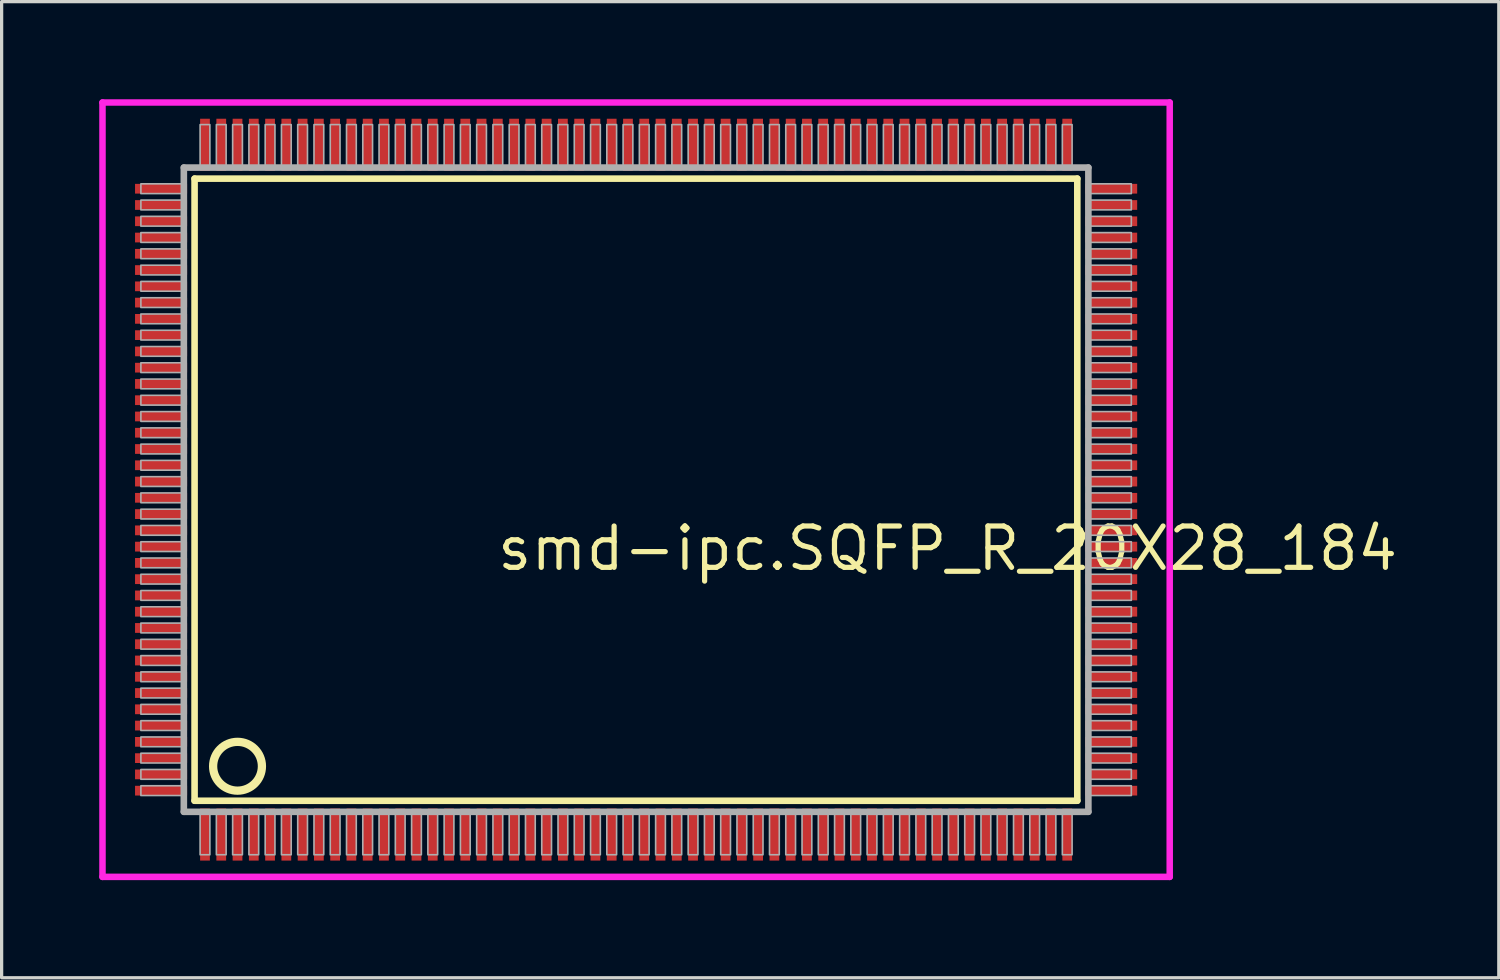
<source format=kicad_pcb>
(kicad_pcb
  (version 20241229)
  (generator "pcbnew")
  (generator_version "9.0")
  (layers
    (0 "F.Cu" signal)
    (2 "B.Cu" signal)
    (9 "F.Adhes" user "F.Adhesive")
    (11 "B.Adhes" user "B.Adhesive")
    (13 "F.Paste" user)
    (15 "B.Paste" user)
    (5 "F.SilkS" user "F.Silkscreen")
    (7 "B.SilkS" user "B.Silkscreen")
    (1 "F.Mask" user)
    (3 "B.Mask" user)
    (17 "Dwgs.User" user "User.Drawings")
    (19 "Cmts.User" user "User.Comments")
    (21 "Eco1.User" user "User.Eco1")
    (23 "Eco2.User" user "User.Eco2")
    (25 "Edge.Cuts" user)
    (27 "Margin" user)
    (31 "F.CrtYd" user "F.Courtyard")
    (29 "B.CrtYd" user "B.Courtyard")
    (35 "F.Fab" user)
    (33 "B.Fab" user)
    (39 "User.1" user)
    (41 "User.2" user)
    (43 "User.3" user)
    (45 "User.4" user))
  (footprint "smd-ipc.SQFP_R_20X28_184"
    (layer "F.Cu")
    (at 16.5 12)
    (property "Reference" "smd-ipc.SQFP_R_20X28_184" (at -4.35 2.55 0) (layer "F.SilkS") (effects (font (size 1.27 1.27) (thickness 0.16)) (justify left bottom)))
    (attr smd)
    (fp_line (start -13.57 -9.56) (end 13.56 -9.56) (stroke (width 0.203) (type default)) (layer "F.SilkS"))
    (fp_line (start -13.57 9.56) (end -13.57 -9.56) (stroke (width 0.203) (type default)) (layer "F.SilkS"))
    (fp_line (start 13.56 -9.56) (end 13.56 9.56) (stroke (width 0.203) (type default)) (layer "F.SilkS"))
    (fp_line (start 13.56 9.56) (end -13.57 9.56) (stroke (width 0.203) (type default)) (layer "F.SilkS"))
    (fp_circle (center -12.25 8.5) (end -11.5 8.5) (stroke (width 0.254) (type default)) (fill no) (layer "F.SilkS"))
    (fp_line (start -16.4 -11.9) (end 16.4 -11.9) (stroke (width 0.2) (type default)) (layer "F.CrtYd"))
    (fp_line (start -16.4 11.9) (end -16.4 -11.9) (stroke (width 0.2) (type default)) (layer "F.CrtYd"))
    (fp_line (start 16.4 -11.9) (end 16.4 11.9) (stroke (width 0.2) (type default)) (layer "F.CrtYd"))
    (fp_line (start 16.4 11.9) (end -16.4 11.9) (stroke (width 0.2) (type default)) (layer "F.CrtYd"))
    (fp_line (start -13.9 -9.9) (end -13.9 9.9) (stroke (width 0.203) (type default)) (layer "F.Fab"))
    (fp_line (start -13.9 9.9) (end 13.9 9.9) (stroke (width 0.203) (type default)) (layer "F.Fab"))
    (fp_line (start 13.9 -9.9) (end -13.9 -9.9) (stroke (width 0.203) (type default)) (layer "F.Fab"))
    (fp_line (start 13.9 9.9) (end 13.9 -9.9) (stroke (width 0.203) (type default)) (layer "F.Fab"))
    (fp_rect (start -15.22 -9.1) (end -13.95 -9.4) (stroke (width 0.05) (type default)) (fill no) (layer "F.Fab"))
    (fp_rect (start -15.22 -8.6) (end -13.95 -8.9) (stroke (width 0.05) (type default)) (fill no) (layer "F.Fab"))
    (fp_rect (start -15.22 -8.1) (end -13.95 -8.4) (stroke (width 0.05) (type default)) (fill no) (layer "F.Fab"))
    (fp_rect (start -15.22 -7.6) (end -13.95 -7.9) (stroke (width 0.05) (type default)) (fill no) (layer "F.Fab"))
    (fp_rect (start -15.22 -7.1) (end -13.95 -7.4) (stroke (width 0.05) (type default)) (fill no) (layer "F.Fab"))
    (fp_rect (start -15.22 -6.6) (end -13.95 -6.9) (stroke (width 0.05) (type default)) (fill no) (layer "F.Fab"))
    (fp_rect (start -15.22 -6.1) (end -13.95 -6.4) (stroke (width 0.05) (type default)) (fill no) (layer "F.Fab"))
    (fp_rect (start -15.22 -5.6) (end -13.95 -5.9) (stroke (width 0.05) (type default)) (fill no) (layer "F.Fab"))
    (fp_rect (start -15.22 -5.1) (end -13.95 -5.4) (stroke (width 0.05) (type default)) (fill no) (layer "F.Fab"))
    (fp_rect (start -15.22 -4.6) (end -13.95 -4.9) (stroke (width 0.05) (type default)) (fill no) (layer "F.Fab"))
    (fp_rect (start -15.22 -4.1) (end -13.95 -4.4) (stroke (width 0.05) (type default)) (fill no) (layer "F.Fab"))
    (fp_rect (start -15.22 -3.6) (end -13.95 -3.9) (stroke (width 0.05) (type default)) (fill no) (layer "F.Fab"))
    (fp_rect (start -15.22 -3.1) (end -13.95 -3.4) (stroke (width 0.05) (type default)) (fill no) (layer "F.Fab"))
    (fp_rect (start -15.22 -2.6) (end -13.95 -2.9) (stroke (width 0.05) (type default)) (fill no) (layer "F.Fab"))
    (fp_rect (start -15.22 -2.1) (end -13.95 -2.4) (stroke (width 0.05) (type default)) (fill no) (layer "F.Fab"))
    (fp_rect (start -15.22 -1.6) (end -13.95 -1.9) (stroke (width 0.05) (type default)) (fill no) (layer "F.Fab"))
    (fp_rect (start -15.22 -1.1) (end -13.95 -1.4) (stroke (width 0.05) (type default)) (fill no) (layer "F.Fab"))
    (fp_rect (start -15.22 -0.6) (end -13.95 -0.9) (stroke (width 0.05) (type default)) (fill no) (layer "F.Fab"))
    (fp_rect (start -15.22 -0.1) (end -13.95 -0.4) (stroke (width 0.05) (type default)) (fill no) (layer "F.Fab"))
    (fp_rect (start -15.22 0.4) (end -13.95 0.1) (stroke (width 0.05) (type default)) (fill no) (layer "F.Fab"))
    (fp_rect (start -15.22 0.9) (end -13.95 0.6) (stroke (width 0.05) (type default)) (fill no) (layer "F.Fab"))
    (fp_rect (start -15.22 1.4) (end -13.95 1.1) (stroke (width 0.05) (type default)) (fill no) (layer "F.Fab"))
    (fp_rect (start -15.22 1.9) (end -13.95 1.6) (stroke (width 0.05) (type default)) (fill no) (layer "F.Fab"))
    (fp_rect (start -15.22 2.4) (end -13.95 2.1) (stroke (width 0.05) (type default)) (fill no) (layer "F.Fab"))
    (fp_rect (start -15.22 2.9) (end -13.95 2.6) (stroke (width 0.05) (type default)) (fill no) (layer "F.Fab"))
    (fp_rect (start -15.22 3.4) (end -13.95 3.1) (stroke (width 0.05) (type default)) (fill no) (layer "F.Fab"))
    (fp_rect (start -15.22 3.9) (end -13.95 3.6) (stroke (width 0.05) (type default)) (fill no) (layer "F.Fab"))
    (fp_rect (start -15.22 4.4) (end -13.95 4.1) (stroke (width 0.05) (type default)) (fill no) (layer "F.Fab"))
    (fp_rect (start -15.22 4.9) (end -13.95 4.6) (stroke (width 0.05) (type default)) (fill no) (layer "F.Fab"))
    (fp_rect (start -15.22 5.4) (end -13.95 5.1) (stroke (width 0.05) (type default)) (fill no) (layer "F.Fab"))
    (fp_rect (start -15.22 5.9) (end -13.95 5.6) (stroke (width 0.05) (type default)) (fill no) (layer "F.Fab"))
    (fp_rect (start -15.22 6.4) (end -13.95 6.1) (stroke (width 0.05) (type default)) (fill no) (layer "F.Fab"))
    (fp_rect (start -15.22 6.9) (end -13.95 6.6) (stroke (width 0.05) (type default)) (fill no) (layer "F.Fab"))
    (fp_rect (start -15.22 7.4) (end -13.95 7.1) (stroke (width 0.05) (type default)) (fill no) (layer "F.Fab"))
    (fp_rect (start -15.22 7.9) (end -13.95 7.6) (stroke (width 0.05) (type default)) (fill no) (layer "F.Fab"))
    (fp_rect (start -15.22 8.4) (end -13.95 8.1) (stroke (width 0.05) (type default)) (fill no) (layer "F.Fab"))
    (fp_rect (start -15.22 8.9) (end -13.95 8.6) (stroke (width 0.05) (type default)) (fill no) (layer "F.Fab"))
    (fp_rect (start -15.22 9.4) (end -13.95 9.1) (stroke (width 0.05) (type default)) (fill no) (layer "F.Fab"))
    (fp_rect (start -13.4 -9.95) (end -13.1 -11.22) (stroke (width 0.05) (type default)) (fill no) (layer "F.Fab"))
    (fp_rect (start -13.4 11.22) (end -13.1 9.95) (stroke (width 0.05) (type default)) (fill no) (layer "F.Fab"))
    (fp_rect (start -12.9 -9.95) (end -12.6 -11.22) (stroke (width 0.05) (type default)) (fill no) (layer "F.Fab"))
    (fp_rect (start -12.9 11.22) (end -12.6 9.95) (stroke (width 0.05) (type default)) (fill no) (layer "F.Fab"))
    (fp_rect (start -12.4 -9.95) (end -12.1 -11.22) (stroke (width 0.05) (type default)) (fill no) (layer "F.Fab"))
    (fp_rect (start -12.4 11.22) (end -12.1 9.95) (stroke (width 0.05) (type default)) (fill no) (layer "F.Fab"))
    (fp_rect (start -11.9 -9.95) (end -11.6 -11.22) (stroke (width 0.05) (type default)) (fill no) (layer "F.Fab"))
    (fp_rect (start -11.9 11.22) (end -11.6 9.95) (stroke (width 0.05) (type default)) (fill no) (layer "F.Fab"))
    (fp_rect (start -11.4 -9.95) (end -11.1 -11.22) (stroke (width 0.05) (type default)) (fill no) (layer "F.Fab"))
    (fp_rect (start -11.4 11.22) (end -11.1 9.95) (stroke (width 0.05) (type default)) (fill no) (layer "F.Fab"))
    (fp_rect (start -10.9 -9.95) (end -10.6 -11.22) (stroke (width 0.05) (type default)) (fill no) (layer "F.Fab"))
    (fp_rect (start -10.9 11.22) (end -10.6 9.95) (stroke (width 0.05) (type default)) (fill no) (layer "F.Fab"))
    (fp_rect (start -10.4 -9.95) (end -10.1 -11.22) (stroke (width 0.05) (type default)) (fill no) (layer "F.Fab"))
    (fp_rect (start -10.4 11.22) (end -10.1 9.95) (stroke (width 0.05) (type default)) (fill no) (layer "F.Fab"))
    (fp_rect (start -9.9 -9.95) (end -9.6 -11.22) (stroke (width 0.05) (type default)) (fill no) (layer "F.Fab"))
    (fp_rect (start -9.9 11.22) (end -9.6 9.95) (stroke (width 0.05) (type default)) (fill no) (layer "F.Fab"))
    (fp_rect (start -9.4 -9.95) (end -9.1 -11.22) (stroke (width 0.05) (type default)) (fill no) (layer "F.Fab"))
    (fp_rect (start -9.4 11.22) (end -9.1 9.95) (stroke (width 0.05) (type default)) (fill no) (layer "F.Fab"))
    (fp_rect (start -8.9 -9.95) (end -8.6 -11.22) (stroke (width 0.05) (type default)) (fill no) (layer "F.Fab"))
    (fp_rect (start -8.9 11.22) (end -8.6 9.95) (stroke (width 0.05) (type default)) (fill no) (layer "F.Fab"))
    (fp_rect (start -8.4 -9.95) (end -8.1 -11.22) (stroke (width 0.05) (type default)) (fill no) (layer "F.Fab"))
    (fp_rect (start -8.4 11.22) (end -8.1 9.95) (stroke (width 0.05) (type default)) (fill no) (layer "F.Fab"))
    (fp_rect (start -7.9 -9.95) (end -7.6 -11.22) (stroke (width 0.05) (type default)) (fill no) (layer "F.Fab"))
    (fp_rect (start -7.9 11.22) (end -7.6 9.95) (stroke (width 0.05) (type default)) (fill no) (layer "F.Fab"))
    (fp_rect (start -7.4 -9.95) (end -7.1 -11.22) (stroke (width 0.05) (type default)) (fill no) (layer "F.Fab"))
    (fp_rect (start -7.4 11.22) (end -7.1 9.95) (stroke (width 0.05) (type default)) (fill no) (layer "F.Fab"))
    (fp_rect (start -6.9 -9.95) (end -6.6 -11.22) (stroke (width 0.05) (type default)) (fill no) (layer "F.Fab"))
    (fp_rect (start -6.9 11.22) (end -6.6 9.95) (stroke (width 0.05) (type default)) (fill no) (layer "F.Fab"))
    (fp_rect (start -6.4 -9.95) (end -6.1 -11.22) (stroke (width 0.05) (type default)) (fill no) (layer "F.Fab"))
    (fp_rect (start -6.4 11.22) (end -6.1 9.95) (stroke (width 0.05) (type default)) (fill no) (layer "F.Fab"))
    (fp_rect (start -5.9 -9.95) (end -5.6 -11.22) (stroke (width 0.05) (type default)) (fill no) (layer "F.Fab"))
    (fp_rect (start -5.9 11.22) (end -5.6 9.95) (stroke (width 0.05) (type default)) (fill no) (layer "F.Fab"))
    (fp_rect (start -5.4 -9.95) (end -5.1 -11.22) (stroke (width 0.05) (type default)) (fill no) (layer "F.Fab"))
    (fp_rect (start -5.4 11.22) (end -5.1 9.95) (stroke (width 0.05) (type default)) (fill no) (layer "F.Fab"))
    (fp_rect (start -4.9 -9.95) (end -4.6 -11.22) (stroke (width 0.05) (type default)) (fill no) (layer "F.Fab"))
    (fp_rect (start -4.9 11.22) (end -4.6 9.95) (stroke (width 0.05) (type default)) (fill no) (layer "F.Fab"))
    (fp_rect (start -4.4 -9.95) (end -4.1 -11.22) (stroke (width 0.05) (type default)) (fill no) (layer "F.Fab"))
    (fp_rect (start -4.4 11.22) (end -4.1 9.95) (stroke (width 0.05) (type default)) (fill no) (layer "F.Fab"))
    (fp_rect (start -3.9 -9.95) (end -3.6 -11.22) (stroke (width 0.05) (type default)) (fill no) (layer "F.Fab"))
    (fp_rect (start -3.9 11.22) (end -3.6 9.95) (stroke (width 0.05) (type default)) (fill no) (layer "F.Fab"))
    (fp_rect (start -3.4 -9.95) (end -3.1 -11.22) (stroke (width 0.05) (type default)) (fill no) (layer "F.Fab"))
    (fp_rect (start -3.4 11.22) (end -3.1 9.95) (stroke (width 0.05) (type default)) (fill no) (layer "F.Fab"))
    (fp_rect (start -2.9 -9.95) (end -2.6 -11.22) (stroke (width 0.05) (type default)) (fill no) (layer "F.Fab"))
    (fp_rect (start -2.9 11.22) (end -2.6 9.95) (stroke (width 0.05) (type default)) (fill no) (layer "F.Fab"))
    (fp_rect (start -2.4 -9.95) (end -2.1 -11.22) (stroke (width 0.05) (type default)) (fill no) (layer "F.Fab"))
    (fp_rect (start -2.4 11.22) (end -2.1 9.95) (stroke (width 0.05) (type default)) (fill no) (layer "F.Fab"))
    (fp_rect (start -1.9 -9.95) (end -1.6 -11.22) (stroke (width 0.05) (type default)) (fill no) (layer "F.Fab"))
    (fp_rect (start -1.9 11.22) (end -1.6 9.95) (stroke (width 0.05) (type default)) (fill no) (layer "F.Fab"))
    (fp_rect (start -1.4 -9.95) (end -1.1 -11.22) (stroke (width 0.05) (type default)) (fill no) (layer "F.Fab"))
    (fp_rect (start -1.4 11.22) (end -1.1 9.95) (stroke (width 0.05) (type default)) (fill no) (layer "F.Fab"))
    (fp_rect (start -0.9 -9.95) (end -0.6 -11.22) (stroke (width 0.05) (type default)) (fill no) (layer "F.Fab"))
    (fp_rect (start -0.9 11.22) (end -0.6 9.95) (stroke (width 0.05) (type default)) (fill no) (layer "F.Fab"))
    (fp_rect (start -0.4 -9.95) (end -0.1 -11.22) (stroke (width 0.05) (type default)) (fill no) (layer "F.Fab"))
    (fp_rect (start -0.4 11.22) (end -0.1 9.95) (stroke (width 0.05) (type default)) (fill no) (layer "F.Fab"))
    (fp_rect (start 0.1 -9.95) (end 0.4 -11.22) (stroke (width 0.05) (type default)) (fill no) (layer "F.Fab"))
    (fp_rect (start 0.1 11.22) (end 0.4 9.95) (stroke (width 0.05) (type default)) (fill no) (layer "F.Fab"))
    (fp_rect (start 0.6 -9.95) (end 0.9 -11.22) (stroke (width 0.05) (type default)) (fill no) (layer "F.Fab"))
    (fp_rect (start 0.6 11.22) (end 0.9 9.95) (stroke (width 0.05) (type default)) (fill no) (layer "F.Fab"))
    (fp_rect (start 1.1 -9.95) (end 1.4 -11.22) (stroke (width 0.05) (type default)) (fill no) (layer "F.Fab"))
    (fp_rect (start 1.1 11.22) (end 1.4 9.95) (stroke (width 0.05) (type default)) (fill no) (layer "F.Fab"))
    (fp_rect (start 1.6 -9.95) (end 1.9 -11.22) (stroke (width 0.05) (type default)) (fill no) (layer "F.Fab"))
    (fp_rect (start 1.6 11.22) (end 1.9 9.95) (stroke (width 0.05) (type default)) (fill no) (layer "F.Fab"))
    (fp_rect (start 2.1 -9.95) (end 2.4 -11.22) (stroke (width 0.05) (type default)) (fill no) (layer "F.Fab"))
    (fp_rect (start 2.1 11.22) (end 2.4 9.95) (stroke (width 0.05) (type default)) (fill no) (layer "F.Fab"))
    (fp_rect (start 2.6 -9.95) (end 2.9 -11.22) (stroke (width 0.05) (type default)) (fill no) (layer "F.Fab"))
    (fp_rect (start 2.6 11.22) (end 2.9 9.95) (stroke (width 0.05) (type default)) (fill no) (layer "F.Fab"))
    (fp_rect (start 3.1 -9.95) (end 3.4 -11.22) (stroke (width 0.05) (type default)) (fill no) (layer "F.Fab"))
    (fp_rect (start 3.1 11.22) (end 3.4 9.95) (stroke (width 0.05) (type default)) (fill no) (layer "F.Fab"))
    (fp_rect (start 3.6 -9.95) (end 3.9 -11.22) (stroke (width 0.05) (type default)) (fill no) (layer "F.Fab"))
    (fp_rect (start 3.6 11.22) (end 3.9 9.95) (stroke (width 0.05) (type default)) (fill no) (layer "F.Fab"))
    (fp_rect (start 4.1 -9.95) (end 4.4 -11.22) (stroke (width 0.05) (type default)) (fill no) (layer "F.Fab"))
    (fp_rect (start 4.1 11.22) (end 4.4 9.95) (stroke (width 0.05) (type default)) (fill no) (layer "F.Fab"))
    (fp_rect (start 4.6 -9.95) (end 4.9 -11.22) (stroke (width 0.05) (type default)) (fill no) (layer "F.Fab"))
    (fp_rect (start 4.6 11.22) (end 4.9 9.95) (stroke (width 0.05) (type default)) (fill no) (layer "F.Fab"))
    (fp_rect (start 5.1 -9.95) (end 5.4 -11.22) (stroke (width 0.05) (type default)) (fill no) (layer "F.Fab"))
    (fp_rect (start 5.1 11.22) (end 5.4 9.95) (stroke (width 0.05) (type default)) (fill no) (layer "F.Fab"))
    (fp_rect (start 5.6 -9.95) (end 5.9 -11.22) (stroke (width 0.05) (type default)) (fill no) (layer "F.Fab"))
    (fp_rect (start 5.6 11.22) (end 5.9 9.95) (stroke (width 0.05) (type default)) (fill no) (layer "F.Fab"))
    (fp_rect (start 6.1 -9.95) (end 6.4 -11.22) (stroke (width 0.05) (type default)) (fill no) (layer "F.Fab"))
    (fp_rect (start 6.1 11.22) (end 6.4 9.95) (stroke (width 0.05) (type default)) (fill no) (layer "F.Fab"))
    (fp_rect (start 6.6 -9.95) (end 6.9 -11.22) (stroke (width 0.05) (type default)) (fill no) (layer "F.Fab"))
    (fp_rect (start 6.6 11.22) (end 6.9 9.95) (stroke (width 0.05) (type default)) (fill no) (layer "F.Fab"))
    (fp_rect (start 7.1 -9.95) (end 7.4 -11.22) (stroke (width 0.05) (type default)) (fill no) (layer "F.Fab"))
    (fp_rect (start 7.1 11.22) (end 7.4 9.95) (stroke (width 0.05) (type default)) (fill no) (layer "F.Fab"))
    (fp_rect (start 7.6 -9.95) (end 7.9 -11.22) (stroke (width 0.05) (type default)) (fill no) (layer "F.Fab"))
    (fp_rect (start 7.6 11.22) (end 7.9 9.95) (stroke (width 0.05) (type default)) (fill no) (layer "F.Fab"))
    (fp_rect (start 8.1 -9.95) (end 8.4 -11.22) (stroke (width 0.05) (type default)) (fill no) (layer "F.Fab"))
    (fp_rect (start 8.1 11.22) (end 8.4 9.95) (stroke (width 0.05) (type default)) (fill no) (layer "F.Fab"))
    (fp_rect (start 8.6 -9.95) (end 8.9 -11.22) (stroke (width 0.05) (type default)) (fill no) (layer "F.Fab"))
    (fp_rect (start 8.6 11.22) (end 8.9 9.95) (stroke (width 0.05) (type default)) (fill no) (layer "F.Fab"))
    (fp_rect (start 9.1 -9.95) (end 9.4 -11.22) (stroke (width 0.05) (type default)) (fill no) (layer "F.Fab"))
    (fp_rect (start 9.1 11.22) (end 9.4 9.95) (stroke (width 0.05) (type default)) (fill no) (layer "F.Fab"))
    (fp_rect (start 9.6 -9.95) (end 9.9 -11.22) (stroke (width 0.05) (type default)) (fill no) (layer "F.Fab"))
    (fp_rect (start 9.6 11.22) (end 9.9 9.95) (stroke (width 0.05) (type default)) (fill no) (layer "F.Fab"))
    (fp_rect (start 10.1 -9.95) (end 10.4 -11.22) (stroke (width 0.05) (type default)) (fill no) (layer "F.Fab"))
    (fp_rect (start 10.1 11.22) (end 10.4 9.95) (stroke (width 0.05) (type default)) (fill no) (layer "F.Fab"))
    (fp_rect (start 10.6 -9.95) (end 10.9 -11.22) (stroke (width 0.05) (type default)) (fill no) (layer "F.Fab"))
    (fp_rect (start 10.6 11.22) (end 10.9 9.95) (stroke (width 0.05) (type default)) (fill no) (layer "F.Fab"))
    (fp_rect (start 11.1 -9.95) (end 11.4 -11.22) (stroke (width 0.05) (type default)) (fill no) (layer "F.Fab"))
    (fp_rect (start 11.1 11.22) (end 11.4 9.95) (stroke (width 0.05) (type default)) (fill no) (layer "F.Fab"))
    (fp_rect (start 11.6 -9.95) (end 11.9 -11.22) (stroke (width 0.05) (type default)) (fill no) (layer "F.Fab"))
    (fp_rect (start 11.6 11.22) (end 11.9 9.95) (stroke (width 0.05) (type default)) (fill no) (layer "F.Fab"))
    (fp_rect (start 12.1 -9.95) (end 12.4 -11.22) (stroke (width 0.05) (type default)) (fill no) (layer "F.Fab"))
    (fp_rect (start 12.1 11.22) (end 12.4 9.95) (stroke (width 0.05) (type default)) (fill no) (layer "F.Fab"))
    (fp_rect (start 12.6 -9.95) (end 12.9 -11.22) (stroke (width 0.05) (type default)) (fill no) (layer "F.Fab"))
    (fp_rect (start 12.6 11.22) (end 12.9 9.95) (stroke (width 0.05) (type default)) (fill no) (layer "F.Fab"))
    (fp_rect (start 13.1 -9.95) (end 13.4 -11.22) (stroke (width 0.05) (type default)) (fill no) (layer "F.Fab"))
    (fp_rect (start 13.1 11.22) (end 13.4 9.95) (stroke (width 0.05) (type default)) (fill no) (layer "F.Fab"))
    (fp_rect (start 13.95 -9.1) (end 15.22 -9.4) (stroke (width 0.05) (type default)) (fill no) (layer "F.Fab"))
    (fp_rect (start 13.95 -8.6) (end 15.22 -8.9) (stroke (width 0.05) (type default)) (fill no) (layer "F.Fab"))
    (fp_rect (start 13.95 -8.1) (end 15.22 -8.4) (stroke (width 0.05) (type default)) (fill no) (layer "F.Fab"))
    (fp_rect (start 13.95 -7.6) (end 15.22 -7.9) (stroke (width 0.05) (type default)) (fill no) (layer "F.Fab"))
    (fp_rect (start 13.95 -7.1) (end 15.22 -7.4) (stroke (width 0.05) (type default)) (fill no) (layer "F.Fab"))
    (fp_rect (start 13.95 -6.6) (end 15.22 -6.9) (stroke (width 0.05) (type default)) (fill no) (layer "F.Fab"))
    (fp_rect (start 13.95 -6.1) (end 15.22 -6.4) (stroke (width 0.05) (type default)) (fill no) (layer "F.Fab"))
    (fp_rect (start 13.95 -5.6) (end 15.22 -5.9) (stroke (width 0.05) (type default)) (fill no) (layer "F.Fab"))
    (fp_rect (start 13.95 -5.1) (end 15.22 -5.4) (stroke (width 0.05) (type default)) (fill no) (layer "F.Fab"))
    (fp_rect (start 13.95 -4.6) (end 15.22 -4.9) (stroke (width 0.05) (type default)) (fill no) (layer "F.Fab"))
    (fp_rect (start 13.95 -4.1) (end 15.22 -4.4) (stroke (width 0.05) (type default)) (fill no) (layer "F.Fab"))
    (fp_rect (start 13.95 -3.6) (end 15.22 -3.9) (stroke (width 0.05) (type default)) (fill no) (layer "F.Fab"))
    (fp_rect (start 13.95 -3.1) (end 15.22 -3.4) (stroke (width 0.05) (type default)) (fill no) (layer "F.Fab"))
    (fp_rect (start 13.95 -2.6) (end 15.22 -2.9) (stroke (width 0.05) (type default)) (fill no) (layer "F.Fab"))
    (fp_rect (start 13.95 -2.1) (end 15.22 -2.4) (stroke (width 0.05) (type default)) (fill no) (layer "F.Fab"))
    (fp_rect (start 13.95 -1.6) (end 15.22 -1.9) (stroke (width 0.05) (type default)) (fill no) (layer "F.Fab"))
    (fp_rect (start 13.95 -1.1) (end 15.22 -1.4) (stroke (width 0.05) (type default)) (fill no) (layer "F.Fab"))
    (fp_rect (start 13.95 -0.6) (end 15.22 -0.9) (stroke (width 0.05) (type default)) (fill no) (layer "F.Fab"))
    (fp_rect (start 13.95 -0.1) (end 15.22 -0.4) (stroke (width 0.05) (type default)) (fill no) (layer "F.Fab"))
    (fp_rect (start 13.95 0.4) (end 15.22 0.1) (stroke (width 0.05) (type default)) (fill no) (layer "F.Fab"))
    (fp_rect (start 13.95 0.9) (end 15.22 0.6) (stroke (width 0.05) (type default)) (fill no) (layer "F.Fab"))
    (fp_rect (start 13.95 1.4) (end 15.22 1.1) (stroke (width 0.05) (type default)) (fill no) (layer "F.Fab"))
    (fp_rect (start 13.95 1.9) (end 15.22 1.6) (stroke (width 0.05) (type default)) (fill no) (layer "F.Fab"))
    (fp_rect (start 13.95 2.4) (end 15.22 2.1) (stroke (width 0.05) (type default)) (fill no) (layer "F.Fab"))
    (fp_rect (start 13.95 2.9) (end 15.22 2.6) (stroke (width 0.05) (type default)) (fill no) (layer "F.Fab"))
    (fp_rect (start 13.95 3.4) (end 15.22 3.1) (stroke (width 0.05) (type default)) (fill no) (layer "F.Fab"))
    (fp_rect (start 13.95 3.9) (end 15.22 3.6) (stroke (width 0.05) (type default)) (fill no) (layer "F.Fab"))
    (fp_rect (start 13.95 4.4) (end 15.22 4.1) (stroke (width 0.05) (type default)) (fill no) (layer "F.Fab"))
    (fp_rect (start 13.95 4.9) (end 15.22 4.6) (stroke (width 0.05) (type default)) (fill no) (layer "F.Fab"))
    (fp_rect (start 13.95 5.4) (end 15.22 5.1) (stroke (width 0.05) (type default)) (fill no) (layer "F.Fab"))
    (fp_rect (start 13.95 5.9) (end 15.22 5.6) (stroke (width 0.05) (type default)) (fill no) (layer "F.Fab"))
    (fp_rect (start 13.95 6.4) (end 15.22 6.1) (stroke (width 0.05) (type default)) (fill no) (layer "F.Fab"))
    (fp_rect (start 13.95 6.9) (end 15.22 6.6) (stroke (width 0.05) (type default)) (fill no) (layer "F.Fab"))
    (fp_rect (start 13.95 7.4) (end 15.22 7.1) (stroke (width 0.05) (type default)) (fill no) (layer "F.Fab"))
    (fp_rect (start 13.95 7.9) (end 15.22 7.6) (stroke (width 0.05) (type default)) (fill no) (layer "F.Fab"))
    (fp_rect (start 13.95 8.4) (end 15.22 8.1) (stroke (width 0.05) (type default)) (fill no) (layer "F.Fab"))
    (fp_rect (start 13.95 8.9) (end 15.22 8.6) (stroke (width 0.05) (type default)) (fill no) (layer "F.Fab"))
    (fp_rect (start 13.95 9.4) (end 15.22 9.1) (stroke (width 0.05) (type default)) (fill no) (layer "F.Fab"))
    (pad "1" smd roundrect (at -13.25 10.6) (size 0.3 1.6) (layers "F.Cu" "F.Mask" "F.Paste") (roundrect_rratio 0.01))
    (pad "2" smd roundrect (at -12.75 10.6) (size 0.3 1.6) (layers "F.Cu" "F.Mask" "F.Paste") (roundrect_rratio 0.01))
    (pad "3" smd roundrect (at -12.25 10.6) (size 0.3 1.6) (layers "F.Cu" "F.Mask" "F.Paste") (roundrect_rratio 0.01))
    (pad "4" smd roundrect (at -11.75 10.6) (size 0.3 1.6) (layers "F.Cu" "F.Mask" "F.Paste") (roundrect_rratio 0.01))
    (pad "5" smd roundrect (at -11.25 10.6) (size 0.3 1.6) (layers "F.Cu" "F.Mask" "F.Paste") (roundrect_rratio 0.01))
    (pad "6" smd roundrect (at -10.75 10.6) (size 0.3 1.6) (layers "F.Cu" "F.Mask" "F.Paste") (roundrect_rratio 0.01))
    (pad "7" smd roundrect (at -10.25 10.6) (size 0.3 1.6) (layers "F.Cu" "F.Mask" "F.Paste") (roundrect_rratio 0.01))
    (pad "8" smd roundrect (at -9.75 10.6) (size 0.3 1.6) (layers "F.Cu" "F.Mask" "F.Paste") (roundrect_rratio 0.01))
    (pad "9" smd roundrect (at -9.25 10.6) (size 0.3 1.6) (layers "F.Cu" "F.Mask" "F.Paste") (roundrect_rratio 0.01))
    (pad "10" smd roundrect (at -8.75 10.6) (size 0.3 1.6) (layers "F.Cu" "F.Mask" "F.Paste") (roundrect_rratio 0.01))
    (pad "11" smd roundrect (at -8.25 10.6) (size 0.3 1.6) (layers "F.Cu" "F.Mask" "F.Paste") (roundrect_rratio 0.01))
    (pad "12" smd roundrect (at -7.75 10.6) (size 0.3 1.6) (layers "F.Cu" "F.Mask" "F.Paste") (roundrect_rratio 0.01))
    (pad "13" smd roundrect (at -7.25 10.6) (size 0.3 1.6) (layers "F.Cu" "F.Mask" "F.Paste") (roundrect_rratio 0.01))
    (pad "14" smd roundrect (at -6.75 10.6) (size 0.3 1.6) (layers "F.Cu" "F.Mask" "F.Paste") (roundrect_rratio 0.01))
    (pad "15" smd roundrect (at -6.25 10.6) (size 0.3 1.6) (layers "F.Cu" "F.Mask" "F.Paste") (roundrect_rratio 0.01))
    (pad "16" smd roundrect (at -5.75 10.6) (size 0.3 1.6) (layers "F.Cu" "F.Mask" "F.Paste") (roundrect_rratio 0.01))
    (pad "17" smd roundrect (at -5.25 10.6) (size 0.3 1.6) (layers "F.Cu" "F.Mask" "F.Paste") (roundrect_rratio 0.01))
    (pad "18" smd roundrect (at -4.75 10.6) (size 0.3 1.6) (layers "F.Cu" "F.Mask" "F.Paste") (roundrect_rratio 0.01))
    (pad "19" smd roundrect (at -4.25 10.6) (size 0.3 1.6) (layers "F.Cu" "F.Mask" "F.Paste") (roundrect_rratio 0.01))
    (pad "20" smd roundrect (at -3.75 10.6) (size 0.3 1.6) (layers "F.Cu" "F.Mask" "F.Paste") (roundrect_rratio 0.01))
    (pad "21" smd roundrect (at -3.25 10.6) (size 0.3 1.6) (layers "F.Cu" "F.Mask" "F.Paste") (roundrect_rratio 0.01))
    (pad "22" smd roundrect (at -2.75 10.6) (size 0.3 1.6) (layers "F.Cu" "F.Mask" "F.Paste") (roundrect_rratio 0.01))
    (pad "23" smd roundrect (at -2.25 10.6) (size 0.3 1.6) (layers "F.Cu" "F.Mask" "F.Paste") (roundrect_rratio 0.01))
    (pad "24" smd roundrect (at -1.75 10.6) (size 0.3 1.6) (layers "F.Cu" "F.Mask" "F.Paste") (roundrect_rratio 0.01))
    (pad "25" smd roundrect (at -1.25 10.6) (size 0.3 1.6) (layers "F.Cu" "F.Mask" "F.Paste") (roundrect_rratio 0.01))
    (pad "26" smd roundrect (at -0.75 10.6) (size 0.3 1.6) (layers "F.Cu" "F.Mask" "F.Paste") (roundrect_rratio 0.01))
    (pad "27" smd roundrect (at -0.25 10.6) (size 0.3 1.6) (layers "F.Cu" "F.Mask" "F.Paste") (roundrect_rratio 0.01))
    (pad "28" smd roundrect (at 0.25 10.6) (size 0.3 1.6) (layers "F.Cu" "F.Mask" "F.Paste") (roundrect_rratio 0.01))
    (pad "29" smd roundrect (at 0.75 10.6) (size 0.3 1.6) (layers "F.Cu" "F.Mask" "F.Paste") (roundrect_rratio 0.01))
    (pad "30" smd roundrect (at 1.25 10.6) (size 0.3 1.6) (layers "F.Cu" "F.Mask" "F.Paste") (roundrect_rratio 0.01))
    (pad "31" smd roundrect (at 1.75 10.6) (size 0.3 1.6) (layers "F.Cu" "F.Mask" "F.Paste") (roundrect_rratio 0.01))
    (pad "32" smd roundrect (at 2.25 10.6) (size 0.3 1.6) (layers "F.Cu" "F.Mask" "F.Paste") (roundrect_rratio 0.01))
    (pad "33" smd roundrect (at 2.75 10.6) (size 0.3 1.6) (layers "F.Cu" "F.Mask" "F.Paste") (roundrect_rratio 0.01))
    (pad "34" smd roundrect (at 3.25 10.6) (size 0.3 1.6) (layers "F.Cu" "F.Mask" "F.Paste") (roundrect_rratio 0.01))
    (pad "35" smd roundrect (at 3.75 10.6) (size 0.3 1.6) (layers "F.Cu" "F.Mask" "F.Paste") (roundrect_rratio 0.01))
    (pad "36" smd roundrect (at 4.25 10.6) (size 0.3 1.6) (layers "F.Cu" "F.Mask" "F.Paste") (roundrect_rratio 0.01))
    (pad "37" smd roundrect (at 4.75 10.6) (size 0.3 1.6) (layers "F.Cu" "F.Mask" "F.Paste") (roundrect_rratio 0.01))
    (pad "38" smd roundrect (at 5.25 10.6) (size 0.3 1.6) (layers "F.Cu" "F.Mask" "F.Paste") (roundrect_rratio 0.01))
    (pad "39" smd roundrect (at 5.75 10.6) (size 0.3 1.6) (layers "F.Cu" "F.Mask" "F.Paste") (roundrect_rratio 0.01))
    (pad "40" smd roundrect (at 6.25 10.6) (size 0.3 1.6) (layers "F.Cu" "F.Mask" "F.Paste") (roundrect_rratio 0.01))
    (pad "41" smd roundrect (at 6.75 10.6) (size 0.3 1.6) (layers "F.Cu" "F.Mask" "F.Paste") (roundrect_rratio 0.01))
    (pad "42" smd roundrect (at 7.25 10.6) (size 0.3 1.6) (layers "F.Cu" "F.Mask" "F.Paste") (roundrect_rratio 0.01))
    (pad "43" smd roundrect (at 7.75 10.6) (size 0.3 1.6) (layers "F.Cu" "F.Mask" "F.Paste") (roundrect_rratio 0.01))
    (pad "44" smd roundrect (at 8.25 10.6) (size 0.3 1.6) (layers "F.Cu" "F.Mask" "F.Paste") (roundrect_rratio 0.01))
    (pad "45" smd roundrect (at 8.75 10.6) (size 0.3 1.6) (layers "F.Cu" "F.Mask" "F.Paste") (roundrect_rratio 0.01))
    (pad "46" smd roundrect (at 9.25 10.6) (size 0.3 1.6) (layers "F.Cu" "F.Mask" "F.Paste") (roundrect_rratio 0.01))
    (pad "47" smd roundrect (at 9.75 10.6) (size 0.3 1.6) (layers "F.Cu" "F.Mask" "F.Paste") (roundrect_rratio 0.01))
    (pad "48" smd roundrect (at 10.25 10.6) (size 0.3 1.6) (layers "F.Cu" "F.Mask" "F.Paste") (roundrect_rratio 0.01))
    (pad "49" smd roundrect (at 10.75 10.6) (size 0.3 1.6) (layers "F.Cu" "F.Mask" "F.Paste") (roundrect_rratio 0.01))
    (pad "50" smd roundrect (at 11.25 10.6) (size 0.3 1.6) (layers "F.Cu" "F.Mask" "F.Paste") (roundrect_rratio 0.01))
    (pad "51" smd roundrect (at 11.75 10.6) (size 0.3 1.6) (layers "F.Cu" "F.Mask" "F.Paste") (roundrect_rratio 0.01))
    (pad "52" smd roundrect (at 12.25 10.6) (size 0.3 1.6) (layers "F.Cu" "F.Mask" "F.Paste") (roundrect_rratio 0.01))
    (pad "53" smd roundrect (at 12.75 10.6) (size 0.3 1.6) (layers "F.Cu" "F.Mask" "F.Paste") (roundrect_rratio 0.01))
    (pad "54" smd roundrect (at 13.25 10.6) (size 0.3 1.6) (layers "F.Cu" "F.Mask" "F.Paste") (roundrect_rratio 0.01))
    (pad "55" smd roundrect (at 14.6 9.25) (size 1.6 0.3) (layers "F.Cu" "F.Mask" "F.Paste") (roundrect_rratio 0.01))
    (pad "56" smd roundrect (at 14.6 8.75) (size 1.6 0.3) (layers "F.Cu" "F.Mask" "F.Paste") (roundrect_rratio 0.01))
    (pad "57" smd roundrect (at 14.6 8.25) (size 1.6 0.3) (layers "F.Cu" "F.Mask" "F.Paste") (roundrect_rratio 0.01))
    (pad "58" smd roundrect (at 14.6 7.75) (size 1.6 0.3) (layers "F.Cu" "F.Mask" "F.Paste") (roundrect_rratio 0.01))
    (pad "59" smd roundrect (at 14.6 7.25) (size 1.6 0.3) (layers "F.Cu" "F.Mask" "F.Paste") (roundrect_rratio 0.01))
    (pad "60" smd roundrect (at 14.6 6.75) (size 1.6 0.3) (layers "F.Cu" "F.Mask" "F.Paste") (roundrect_rratio 0.01))
    (pad "61" smd roundrect (at 14.6 6.25) (size 1.6 0.3) (layers "F.Cu" "F.Mask" "F.Paste") (roundrect_rratio 0.01))
    (pad "62" smd roundrect (at 14.6 5.75) (size 1.6 0.3) (layers "F.Cu" "F.Mask" "F.Paste") (roundrect_rratio 0.01))
    (pad "63" smd roundrect (at 14.6 5.25) (size 1.6 0.3) (layers "F.Cu" "F.Mask" "F.Paste") (roundrect_rratio 0.01))
    (pad "64" smd roundrect (at 14.6 4.75) (size 1.6 0.3) (layers "F.Cu" "F.Mask" "F.Paste") (roundrect_rratio 0.01))
    (pad "65" smd roundrect (at 14.6 4.25) (size 1.6 0.3) (layers "F.Cu" "F.Mask" "F.Paste") (roundrect_rratio 0.01))
    (pad "66" smd roundrect (at 14.6 3.75) (size 1.6 0.3) (layers "F.Cu" "F.Mask" "F.Paste") (roundrect_rratio 0.01))
    (pad "67" smd roundrect (at 14.6 3.25) (size 1.6 0.3) (layers "F.Cu" "F.Mask" "F.Paste") (roundrect_rratio 0.01))
    (pad "68" smd roundrect (at 14.6 2.75) (size 1.6 0.3) (layers "F.Cu" "F.Mask" "F.Paste") (roundrect_rratio 0.01))
    (pad "69" smd roundrect (at 14.6 2.25) (size 1.6 0.3) (layers "F.Cu" "F.Mask" "F.Paste") (roundrect_rratio 0.01))
    (pad "70" smd roundrect (at 14.6 1.75) (size 1.6 0.3) (layers "F.Cu" "F.Mask" "F.Paste") (roundrect_rratio 0.01))
    (pad "71" smd roundrect (at 14.6 1.25) (size 1.6 0.3) (layers "F.Cu" "F.Mask" "F.Paste") (roundrect_rratio 0.01))
    (pad "72" smd roundrect (at 14.6 0.75) (size 1.6 0.3) (layers "F.Cu" "F.Mask" "F.Paste") (roundrect_rratio 0.01))
    (pad "73" smd roundrect (at 14.6 0.25) (size 1.6 0.3) (layers "F.Cu" "F.Mask" "F.Paste") (roundrect_rratio 0.01))
    (pad "74" smd roundrect (at 14.6 -0.25) (size 1.6 0.3) (layers "F.Cu" "F.Mask" "F.Paste") (roundrect_rratio 0.01))
    (pad "75" smd roundrect (at 14.6 -0.75) (size 1.6 0.3) (layers "F.Cu" "F.Mask" "F.Paste") (roundrect_rratio 0.01))
    (pad "76" smd roundrect (at 14.6 -1.25) (size 1.6 0.3) (layers "F.Cu" "F.Mask" "F.Paste") (roundrect_rratio 0.01))
    (pad "77" smd roundrect (at 14.6 -1.75) (size 1.6 0.3) (layers "F.Cu" "F.Mask" "F.Paste") (roundrect_rratio 0.01))
    (pad "78" smd roundrect (at 14.6 -2.25) (size 1.6 0.3) (layers "F.Cu" "F.Mask" "F.Paste") (roundrect_rratio 0.01))
    (pad "79" smd roundrect (at 14.6 -2.75) (size 1.6 0.3) (layers "F.Cu" "F.Mask" "F.Paste") (roundrect_rratio 0.01))
    (pad "80" smd roundrect (at 14.6 -3.25) (size 1.6 0.3) (layers "F.Cu" "F.Mask" "F.Paste") (roundrect_rratio 0.01))
    (pad "81" smd roundrect (at 14.6 -3.75) (size 1.6 0.3) (layers "F.Cu" "F.Mask" "F.Paste") (roundrect_rratio 0.01))
    (pad "82" smd roundrect (at 14.6 -4.25) (size 1.6 0.3) (layers "F.Cu" "F.Mask" "F.Paste") (roundrect_rratio 0.01))
    (pad "83" smd roundrect (at 14.6 -4.75) (size 1.6 0.3) (layers "F.Cu" "F.Mask" "F.Paste") (roundrect_rratio 0.01))
    (pad "84" smd roundrect (at 14.6 -5.25) (size 1.6 0.3) (layers "F.Cu" "F.Mask" "F.Paste") (roundrect_rratio 0.01))
    (pad "85" smd roundrect (at 14.6 -5.75) (size 1.6 0.3) (layers "F.Cu" "F.Mask" "F.Paste") (roundrect_rratio 0.01))
    (pad "86" smd roundrect (at 14.6 -6.25) (size 1.6 0.3) (layers "F.Cu" "F.Mask" "F.Paste") (roundrect_rratio 0.01))
    (pad "87" smd roundrect (at 14.6 -6.75) (size 1.6 0.3) (layers "F.Cu" "F.Mask" "F.Paste") (roundrect_rratio 0.01))
    (pad "88" smd roundrect (at 14.6 -7.25) (size 1.6 0.3) (layers "F.Cu" "F.Mask" "F.Paste") (roundrect_rratio 0.01))
    (pad "89" smd roundrect (at 14.6 -7.75) (size 1.6 0.3) (layers "F.Cu" "F.Mask" "F.Paste") (roundrect_rratio 0.01))
    (pad "90" smd roundrect (at 14.6 -8.25) (size 1.6 0.3) (layers "F.Cu" "F.Mask" "F.Paste") (roundrect_rratio 0.01))
    (pad "91" smd roundrect (at 14.6 -8.75) (size 1.6 0.3) (layers "F.Cu" "F.Mask" "F.Paste") (roundrect_rratio 0.01))
    (pad "92" smd roundrect (at 14.6 -9.25) (size 1.6 0.3) (layers "F.Cu" "F.Mask" "F.Paste") (roundrect_rratio 0.01))
    (pad "93" smd roundrect (at 13.25 -10.6) (size 0.3 1.6) (layers "F.Cu" "F.Mask" "F.Paste") (roundrect_rratio 0.01))
    (pad "94" smd roundrect (at 12.75 -10.6) (size 0.3 1.6) (layers "F.Cu" "F.Mask" "F.Paste") (roundrect_rratio 0.01))
    (pad "95" smd roundrect (at 12.25 -10.6) (size 0.3 1.6) (layers "F.Cu" "F.Mask" "F.Paste") (roundrect_rratio 0.01))
    (pad "96" smd roundrect (at 11.75 -10.6) (size 0.3 1.6) (layers "F.Cu" "F.Mask" "F.Paste") (roundrect_rratio 0.01))
    (pad "97" smd roundrect (at 11.25 -10.6) (size 0.3 1.6) (layers "F.Cu" "F.Mask" "F.Paste") (roundrect_rratio 0.01))
    (pad "98" smd roundrect (at 10.75 -10.6) (size 0.3 1.6) (layers "F.Cu" "F.Mask" "F.Paste") (roundrect_rratio 0.01))
    (pad "99" smd roundrect (at 10.25 -10.6) (size 0.3 1.6) (layers "F.Cu" "F.Mask" "F.Paste") (roundrect_rratio 0.01))
    (pad "100" smd roundrect (at 9.75 -10.6) (size 0.3 1.6) (layers "F.Cu" "F.Mask" "F.Paste") (roundrect_rratio 0.01))
    (pad "101" smd roundrect (at 9.25 -10.6) (size 0.3 1.6) (layers "F.Cu" "F.Mask" "F.Paste") (roundrect_rratio 0.01))
    (pad "102" smd roundrect (at 8.75 -10.6) (size 0.3 1.6) (layers "F.Cu" "F.Mask" "F.Paste") (roundrect_rratio 0.01))
    (pad "103" smd roundrect (at 8.25 -10.6) (size 0.3 1.6) (layers "F.Cu" "F.Mask" "F.Paste") (roundrect_rratio 0.01))
    (pad "104" smd roundrect (at 7.75 -10.6) (size 0.3 1.6) (layers "F.Cu" "F.Mask" "F.Paste") (roundrect_rratio 0.01))
    (pad "105" smd roundrect (at 7.25 -10.6) (size 0.3 1.6) (layers "F.Cu" "F.Mask" "F.Paste") (roundrect_rratio 0.01))
    (pad "106" smd roundrect (at 6.75 -10.6) (size 0.3 1.6) (layers "F.Cu" "F.Mask" "F.Paste") (roundrect_rratio 0.01))
    (pad "107" smd roundrect (at 6.25 -10.6) (size 0.3 1.6) (layers "F.Cu" "F.Mask" "F.Paste") (roundrect_rratio 0.01))
    (pad "108" smd roundrect (at 5.75 -10.6) (size 0.3 1.6) (layers "F.Cu" "F.Mask" "F.Paste") (roundrect_rratio 0.01))
    (pad "109" smd roundrect (at 5.25 -10.6) (size 0.3 1.6) (layers "F.Cu" "F.Mask" "F.Paste") (roundrect_rratio 0.01))
    (pad "110" smd roundrect (at 4.75 -10.6) (size 0.3 1.6) (layers "F.Cu" "F.Mask" "F.Paste") (roundrect_rratio 0.01))
    (pad "111" smd roundrect (at 4.25 -10.6) (size 0.3 1.6) (layers "F.Cu" "F.Mask" "F.Paste") (roundrect_rratio 0.01))
    (pad "112" smd roundrect (at 3.75 -10.6) (size 0.3 1.6) (layers "F.Cu" "F.Mask" "F.Paste") (roundrect_rratio 0.01))
    (pad "113" smd roundrect (at 3.25 -10.6) (size 0.3 1.6) (layers "F.Cu" "F.Mask" "F.Paste") (roundrect_rratio 0.01))
    (pad "114" smd roundrect (at 2.75 -10.6) (size 0.3 1.6) (layers "F.Cu" "F.Mask" "F.Paste") (roundrect_rratio 0.01))
    (pad "115" smd roundrect (at 2.25 -10.6) (size 0.3 1.6) (layers "F.Cu" "F.Mask" "F.Paste") (roundrect_rratio 0.01))
    (pad "116" smd roundrect (at 1.75 -10.6) (size 0.3 1.6) (layers "F.Cu" "F.Mask" "F.Paste") (roundrect_rratio 0.01))
    (pad "117" smd roundrect (at 1.25 -10.6) (size 0.3 1.6) (layers "F.Cu" "F.Mask" "F.Paste") (roundrect_rratio 0.01))
    (pad "118" smd roundrect (at 0.75 -10.6) (size 0.3 1.6) (layers "F.Cu" "F.Mask" "F.Paste") (roundrect_rratio 0.01))
    (pad "119" smd roundrect (at 0.25 -10.6) (size 0.3 1.6) (layers "F.Cu" "F.Mask" "F.Paste") (roundrect_rratio 0.01))
    (pad "120" smd roundrect (at -0.25 -10.6) (size 0.3 1.6) (layers "F.Cu" "F.Mask" "F.Paste") (roundrect_rratio 0.01))
    (pad "121" smd roundrect (at -0.75 -10.6) (size 0.3 1.6) (layers "F.Cu" "F.Mask" "F.Paste") (roundrect_rratio 0.01))
    (pad "122" smd roundrect (at -1.25 -10.6) (size 0.3 1.6) (layers "F.Cu" "F.Mask" "F.Paste") (roundrect_rratio 0.01))
    (pad "123" smd roundrect (at -1.75 -10.6) (size 0.3 1.6) (layers "F.Cu" "F.Mask" "F.Paste") (roundrect_rratio 0.01))
    (pad "124" smd roundrect (at -2.25 -10.6) (size 0.3 1.6) (layers "F.Cu" "F.Mask" "F.Paste") (roundrect_rratio 0.01))
    (pad "125" smd roundrect (at -2.75 -10.6) (size 0.3 1.6) (layers "F.Cu" "F.Mask" "F.Paste") (roundrect_rratio 0.01))
    (pad "126" smd roundrect (at -3.25 -10.6) (size 0.3 1.6) (layers "F.Cu" "F.Mask" "F.Paste") (roundrect_rratio 0.01))
    (pad "127" smd roundrect (at -3.75 -10.6) (size 0.3 1.6) (layers "F.Cu" "F.Mask" "F.Paste") (roundrect_rratio 0.01))
    (pad "128" smd roundrect (at -4.25 -10.6) (size 0.3 1.6) (layers "F.Cu" "F.Mask" "F.Paste") (roundrect_rratio 0.01))
    (pad "129" smd roundrect (at -4.75 -10.6) (size 0.3 1.6) (layers "F.Cu" "F.Mask" "F.Paste") (roundrect_rratio 0.01))
    (pad "130" smd roundrect (at -5.25 -10.6) (size 0.3 1.6) (layers "F.Cu" "F.Mask" "F.Paste") (roundrect_rratio 0.01))
    (pad "131" smd roundrect (at -5.75 -10.6) (size 0.3 1.6) (layers "F.Cu" "F.Mask" "F.Paste") (roundrect_rratio 0.01))
    (pad "132" smd roundrect (at -6.25 -10.6) (size 0.3 1.6) (layers "F.Cu" "F.Mask" "F.Paste") (roundrect_rratio 0.01))
    (pad "133" smd roundrect (at -6.75 -10.6) (size 0.3 1.6) (layers "F.Cu" "F.Mask" "F.Paste") (roundrect_rratio 0.01))
    (pad "134" smd roundrect (at -7.25 -10.6) (size 0.3 1.6) (layers "F.Cu" "F.Mask" "F.Paste") (roundrect_rratio 0.01))
    (pad "135" smd roundrect (at -7.75 -10.6) (size 0.3 1.6) (layers "F.Cu" "F.Mask" "F.Paste") (roundrect_rratio 0.01))
    (pad "136" smd roundrect (at -8.25 -10.6) (size 0.3 1.6) (layers "F.Cu" "F.Mask" "F.Paste") (roundrect_rratio 0.01))
    (pad "137" smd roundrect (at -8.75 -10.6) (size 0.3 1.6) (layers "F.Cu" "F.Mask" "F.Paste") (roundrect_rratio 0.01))
    (pad "138" smd roundrect (at -9.25 -10.6) (size 0.3 1.6) (layers "F.Cu" "F.Mask" "F.Paste") (roundrect_rratio 0.01))
    (pad "139" smd roundrect (at -9.75 -10.6) (size 0.3 1.6) (layers "F.Cu" "F.Mask" "F.Paste") (roundrect_rratio 0.01))
    (pad "140" smd roundrect (at -10.25 -10.6) (size 0.3 1.6) (layers "F.Cu" "F.Mask" "F.Paste") (roundrect_rratio 0.01))
    (pad "141" smd roundrect (at -10.75 -10.6) (size 0.3 1.6) (layers "F.Cu" "F.Mask" "F.Paste") (roundrect_rratio 0.01))
    (pad "142" smd roundrect (at -11.25 -10.6) (size 0.3 1.6) (layers "F.Cu" "F.Mask" "F.Paste") (roundrect_rratio 0.01))
    (pad "143" smd roundrect (at -11.75 -10.6) (size 0.3 1.6) (layers "F.Cu" "F.Mask" "F.Paste") (roundrect_rratio 0.01))
    (pad "144" smd roundrect (at -12.25 -10.6) (size 0.3 1.6) (layers "F.Cu" "F.Mask" "F.Paste") (roundrect_rratio 0.01))
    (pad "145" smd roundrect (at -12.75 -10.6) (size 0.3 1.6) (layers "F.Cu" "F.Mask" "F.Paste") (roundrect_rratio 0.01))
    (pad "146" smd roundrect (at -13.25 -10.6) (size 0.3 1.6) (layers "F.Cu" "F.Mask" "F.Paste") (roundrect_rratio 0.01))
    (pad "147" smd roundrect (at -14.6 -9.25) (size 1.6 0.3) (layers "F.Cu" "F.Mask" "F.Paste") (roundrect_rratio 0.01))
    (pad "148" smd roundrect (at -14.6 -8.75) (size 1.6 0.3) (layers "F.Cu" "F.Mask" "F.Paste") (roundrect_rratio 0.01))
    (pad "149" smd roundrect (at -14.6 -8.25) (size 1.6 0.3) (layers "F.Cu" "F.Mask" "F.Paste") (roundrect_rratio 0.01))
    (pad "150" smd roundrect (at -14.6 -7.75) (size 1.6 0.3) (layers "F.Cu" "F.Mask" "F.Paste") (roundrect_rratio 0.01))
    (pad "151" smd roundrect (at -14.6 -7.25) (size 1.6 0.3) (layers "F.Cu" "F.Mask" "F.Paste") (roundrect_rratio 0.01))
    (pad "152" smd roundrect (at -14.6 -6.75) (size 1.6 0.3) (layers "F.Cu" "F.Mask" "F.Paste") (roundrect_rratio 0.01))
    (pad "153" smd roundrect (at -14.6 -6.25) (size 1.6 0.3) (layers "F.Cu" "F.Mask" "F.Paste") (roundrect_rratio 0.01))
    (pad "154" smd roundrect (at -14.6 -5.75) (size 1.6 0.3) (layers "F.Cu" "F.Mask" "F.Paste") (roundrect_rratio 0.01))
    (pad "155" smd roundrect (at -14.6 -5.25) (size 1.6 0.3) (layers "F.Cu" "F.Mask" "F.Paste") (roundrect_rratio 0.01))
    (pad "156" smd roundrect (at -14.6 -4.75) (size 1.6 0.3) (layers "F.Cu" "F.Mask" "F.Paste") (roundrect_rratio 0.01))
    (pad "157" smd roundrect (at -14.6 -4.25) (size 1.6 0.3) (layers "F.Cu" "F.Mask" "F.Paste") (roundrect_rratio 0.01))
    (pad "158" smd roundrect (at -14.6 -3.75) (size 1.6 0.3) (layers "F.Cu" "F.Mask" "F.Paste") (roundrect_rratio 0.01))
    (pad "159" smd roundrect (at -14.6 -3.25) (size 1.6 0.3) (layers "F.Cu" "F.Mask" "F.Paste") (roundrect_rratio 0.01))
    (pad "160" smd roundrect (at -14.6 -2.75) (size 1.6 0.3) (layers "F.Cu" "F.Mask" "F.Paste") (roundrect_rratio 0.01))
    (pad "161" smd roundrect (at -14.6 -2.25) (size 1.6 0.3) (layers "F.Cu" "F.Mask" "F.Paste") (roundrect_rratio 0.01))
    (pad "162" smd roundrect (at -14.6 -1.75) (size 1.6 0.3) (layers "F.Cu" "F.Mask" "F.Paste") (roundrect_rratio 0.01))
    (pad "163" smd roundrect (at -14.6 -1.25) (size 1.6 0.3) (layers "F.Cu" "F.Mask" "F.Paste") (roundrect_rratio 0.01))
    (pad "164" smd roundrect (at -14.6 -0.75) (size 1.6 0.3) (layers "F.Cu" "F.Mask" "F.Paste") (roundrect_rratio 0.01))
    (pad "165" smd roundrect (at -14.6 -0.25) (size 1.6 0.3) (layers "F.Cu" "F.Mask" "F.Paste") (roundrect_rratio 0.01))
    (pad "166" smd roundrect (at -14.6 0.25) (size 1.6 0.3) (layers "F.Cu" "F.Mask" "F.Paste") (roundrect_rratio 0.01))
    (pad "167" smd roundrect (at -14.6 0.75) (size 1.6 0.3) (layers "F.Cu" "F.Mask" "F.Paste") (roundrect_rratio 0.01))
    (pad "168" smd roundrect (at -14.6 1.25) (size 1.6 0.3) (layers "F.Cu" "F.Mask" "F.Paste") (roundrect_rratio 0.01))
    (pad "169" smd roundrect (at -14.6 1.75) (size 1.6 0.3) (layers "F.Cu" "F.Mask" "F.Paste") (roundrect_rratio 0.01))
    (pad "170" smd roundrect (at -14.6 2.25) (size 1.6 0.3) (layers "F.Cu" "F.Mask" "F.Paste") (roundrect_rratio 0.01))
    (pad "171" smd roundrect (at -14.6 2.75) (size 1.6 0.3) (layers "F.Cu" "F.Mask" "F.Paste") (roundrect_rratio 0.01))
    (pad "172" smd roundrect (at -14.6 3.25) (size 1.6 0.3) (layers "F.Cu" "F.Mask" "F.Paste") (roundrect_rratio 0.01))
    (pad "173" smd roundrect (at -14.6 3.75) (size 1.6 0.3) (layers "F.Cu" "F.Mask" "F.Paste") (roundrect_rratio 0.01))
    (pad "174" smd roundrect (at -14.6 4.25) (size 1.6 0.3) (layers "F.Cu" "F.Mask" "F.Paste") (roundrect_rratio 0.01))
    (pad "175" smd roundrect (at -14.6 4.75) (size 1.6 0.3) (layers "F.Cu" "F.Mask" "F.Paste") (roundrect_rratio 0.01))
    (pad "176" smd roundrect (at -14.6 5.25) (size 1.6 0.3) (layers "F.Cu" "F.Mask" "F.Paste") (roundrect_rratio 0.01))
    (pad "177" smd roundrect (at -14.6 5.75) (size 1.6 0.3) (layers "F.Cu" "F.Mask" "F.Paste") (roundrect_rratio 0.01))
    (pad "178" smd roundrect (at -14.6 6.25) (size 1.6 0.3) (layers "F.Cu" "F.Mask" "F.Paste") (roundrect_rratio 0.01))
    (pad "179" smd roundrect (at -14.6 6.75) (size 1.6 0.3) (layers "F.Cu" "F.Mask" "F.Paste") (roundrect_rratio 0.01))
    (pad "180" smd roundrect (at -14.6 7.25) (size 1.6 0.3) (layers "F.Cu" "F.Mask" "F.Paste") (roundrect_rratio 0.01))
    (pad "181" smd roundrect (at -14.6 7.75) (size 1.6 0.3) (layers "F.Cu" "F.Mask" "F.Paste") (roundrect_rratio 0.01))
    (pad "182" smd roundrect (at -14.6 8.25) (size 1.6 0.3) (layers "F.Cu" "F.Mask" "F.Paste") (roundrect_rratio 0.01))
    (pad "183" smd roundrect (at -14.6 8.75) (size 1.6 0.3) (layers "F.Cu" "F.Mask" "F.Paste") (roundrect_rratio 0.01))
    (pad "184" smd roundrect (at -14.6 9.25) (size 1.6 0.3) (layers "F.Cu" "F.Mask" "F.Paste") (roundrect_rratio 0.01)))
  (gr_rect
    (start -3 -3)
    (end 43.014 27)
    (stroke (width 0.1) (type default))
    (fill no)
    (layer "Edge.Cuts")))
</source>
